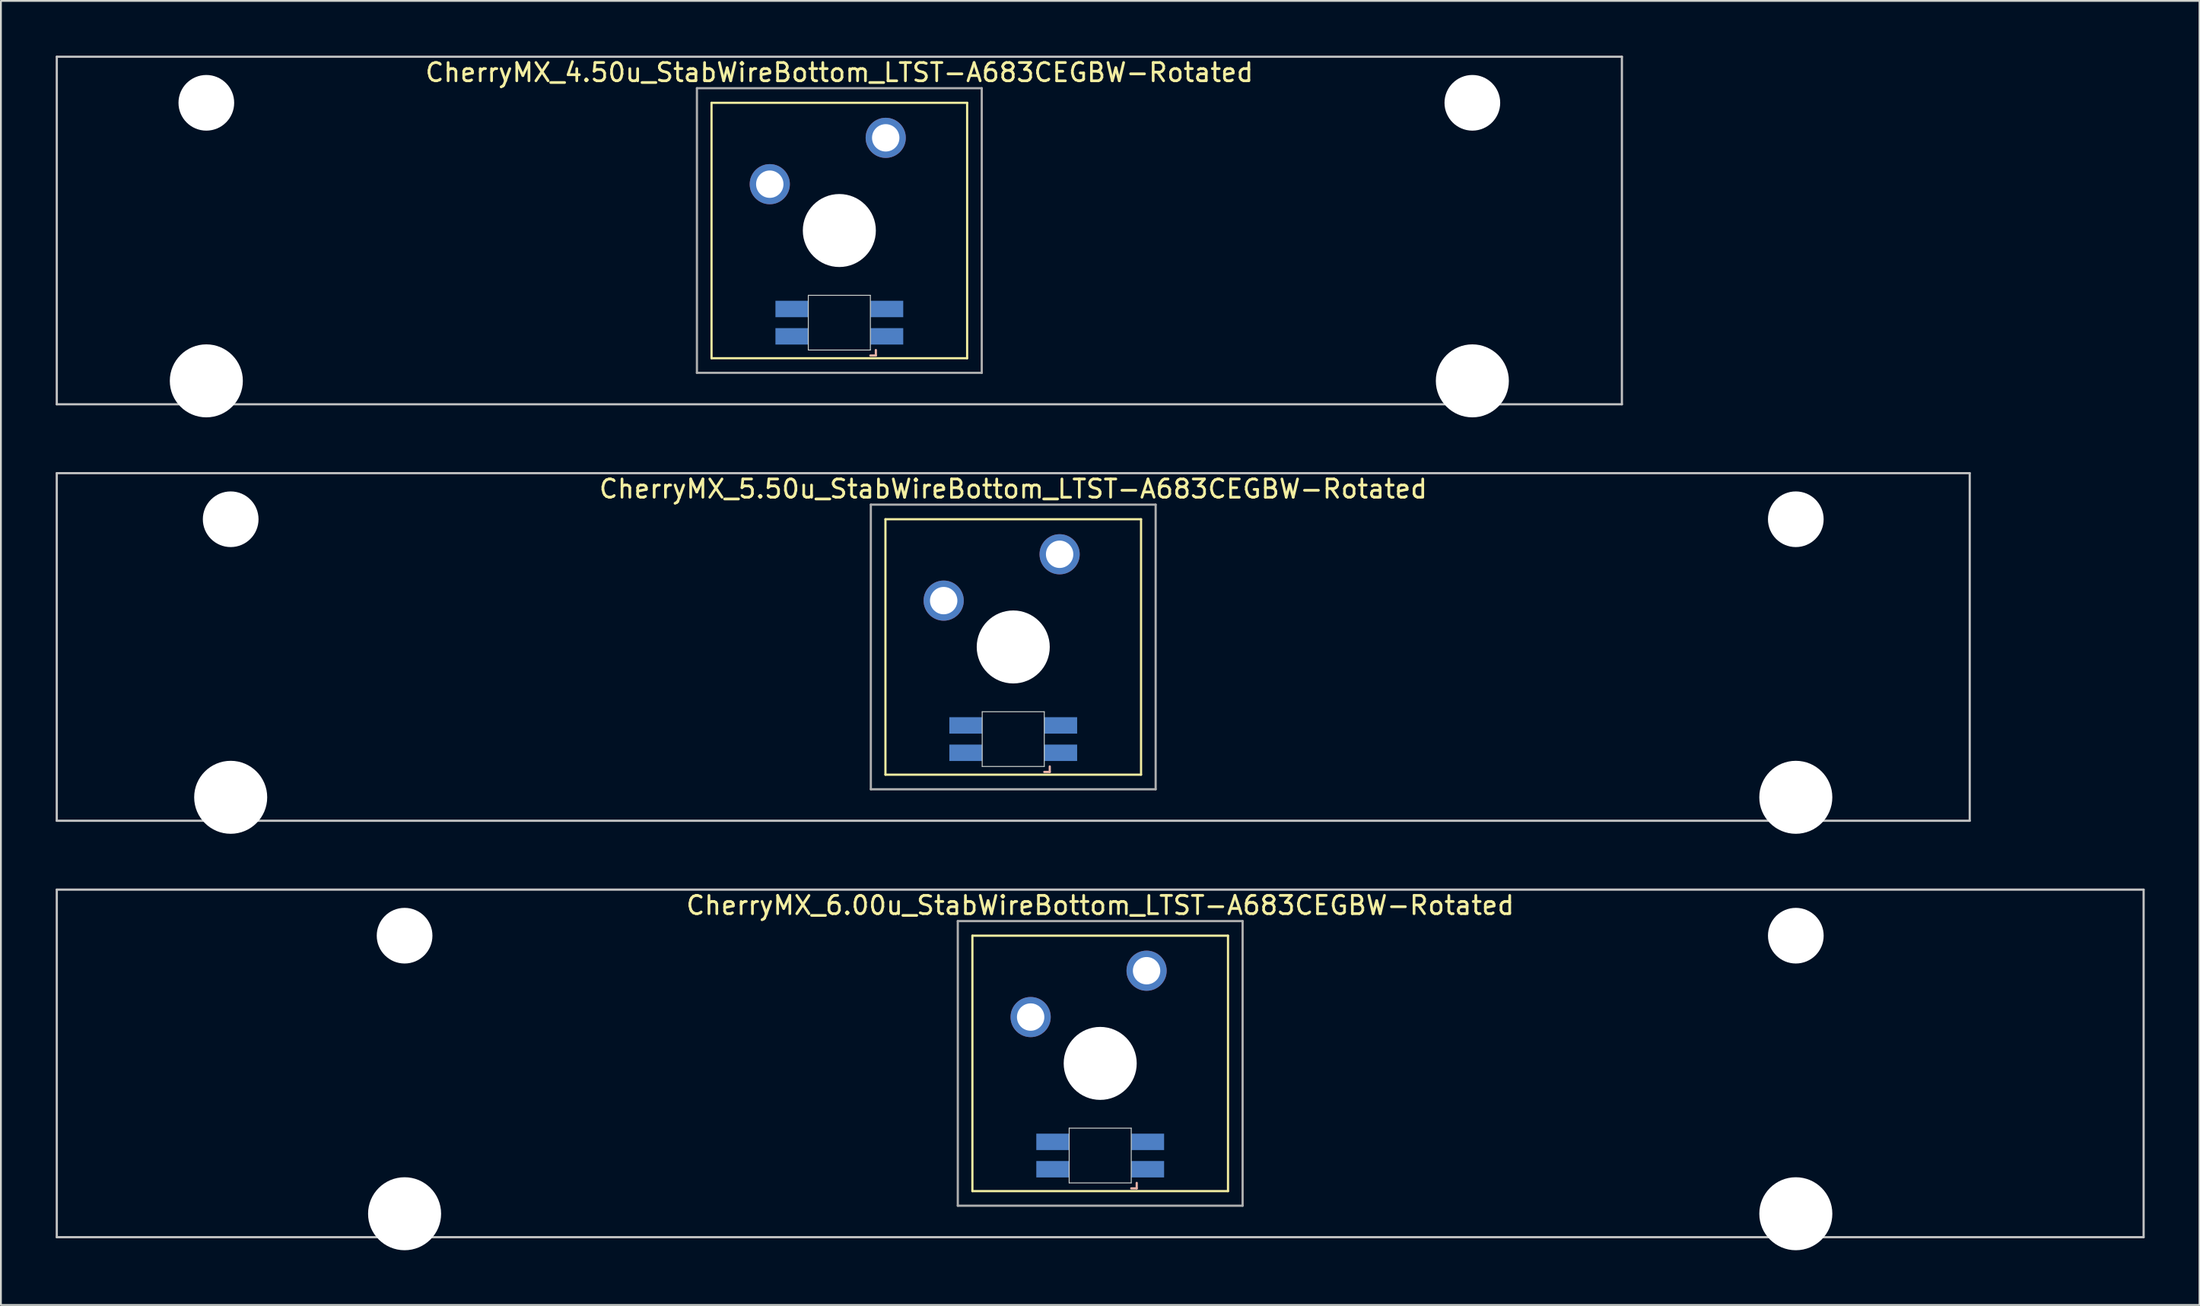
<source format=kicad_pcb>
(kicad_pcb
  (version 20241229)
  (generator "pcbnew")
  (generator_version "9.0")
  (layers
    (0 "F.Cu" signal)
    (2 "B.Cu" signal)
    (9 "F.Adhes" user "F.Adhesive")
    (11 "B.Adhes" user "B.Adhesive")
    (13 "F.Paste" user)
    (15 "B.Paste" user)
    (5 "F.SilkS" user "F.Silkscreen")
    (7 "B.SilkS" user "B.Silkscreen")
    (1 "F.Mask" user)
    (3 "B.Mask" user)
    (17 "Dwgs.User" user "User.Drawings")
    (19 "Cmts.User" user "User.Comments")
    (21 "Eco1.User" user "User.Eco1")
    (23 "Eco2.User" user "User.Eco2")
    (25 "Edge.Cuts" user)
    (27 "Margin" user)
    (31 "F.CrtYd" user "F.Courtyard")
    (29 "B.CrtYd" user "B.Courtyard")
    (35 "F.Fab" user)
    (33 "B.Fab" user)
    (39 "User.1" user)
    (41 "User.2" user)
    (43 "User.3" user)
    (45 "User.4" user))
  (footprint "CherryMX_6.00u_StabWireBottom_LTST-A683CEGBW-Rotated"
    (layer "F.Cu")
    (at 57.21 55.235)
    (property "Reference" "CherryMX_6.00u_StabWireBottom_LTST-A683CEGBW-Rotated" (at 0 -8.662 0) (layer "F.SilkS") (effects (font (size 1 1) (thickness 0.15))))
    (attr through_hole)
    (fp_line (start -7 -7) (end -7 7) (stroke (width 0.12) (type solid)) (layer "F.SilkS"))
    (fp_line (start -7 -7) (end 7 -7) (stroke (width 0.12) (type solid)) (layer "F.SilkS"))
    (fp_line (start 7 -7) (end 7 7) (stroke (width 0.12) (type solid)) (layer "F.SilkS"))
    (fp_line (start 7 7) (end -7 7) (stroke (width 0.12) (type solid)) (layer "F.SilkS"))
    (fp_line (start 1.7 6.85) (end 2 6.85) (stroke (width 0.12) (type solid)) (layer "B.SilkS"))
    (fp_line (start 2 6.85) (end 2 6.55) (stroke (width 0.12) (type solid)) (layer "B.SilkS"))
    (fp_line (start -57.15 -9.525) (end 57.15 -9.525) (stroke (width 0.12) (type solid)) (layer "Dwgs.User"))
    (fp_line (start -57.15 9.525) (end -57.15 -9.525) (stroke (width 0.12) (type solid)) (layer "Dwgs.User"))
    (fp_line (start 57.15 -9.525) (end 57.15 9.525) (stroke (width 0.12) (type solid)) (layer "Dwgs.User"))
    (fp_line (start 57.15 9.525) (end -57.15 9.525) (stroke (width 0.12) (type solid)) (layer "Dwgs.User"))
    (fp_line (start -1.7 3.55) (end 1.7 3.55) (stroke (width 0.05) (type solid)) (layer "Edge.Cuts"))
    (fp_line (start -1.7 6.55) (end -1.7 3.55) (stroke (width 0.05) (type solid)) (layer "Edge.Cuts"))
    (fp_line (start 1.7 3.55) (end 1.7 6.55) (stroke (width 0.05) (type solid)) (layer "Edge.Cuts"))
    (fp_line (start 1.7 6.55) (end -1.7 6.55) (stroke (width 0.05) (type solid)) (layer "Edge.Cuts"))
    (fp_line (start -7.8 -7.8) (end -7.8 7.8) (stroke (width 0.12) (type solid)) (layer "F.Fab"))
    (fp_line (start -7.8 -7.8) (end 7.8 -7.8) (stroke (width 0.12) (type solid)) (layer "F.Fab"))
    (fp_line (start -7.8 7.8) (end 7.8 7.8) (stroke (width 0.12) (type solid)) (layer "F.Fab"))
    (fp_line (start 7.8 -7.8) (end 7.8 7.8) (stroke (width 0.12) (type solid)) (layer "F.Fab"))
    (pad "" np_thru_hole circle (at -38.1 -7) (size 3.05 3.05) (drill 3.05) (layers "*.Cu" "*.Mask"))
    (pad "" np_thru_hole circle (at -38.1 8.24) (size 4 4) (drill 4) (layers "*.Cu" "*.Mask"))
    (pad "" np_thru_hole circle (at 0 0) (size 4 4) (drill 4) (layers "*.Cu" "*.Mask"))
    (pad "" np_thru_hole circle (at 38.1 -7) (size 3.05 3.05) (drill 3.05) (layers "*.Cu" "*.Mask"))
    (pad "" np_thru_hole circle (at 38.1 8.24) (size 4 4) (drill 4) (layers "*.Cu" "*.Mask"))
    (pad "1" thru_hole circle (at -3.81 -2.54) (size 2.2 2.2) (drill 1.5) (layers "*.Cu" "*.Mask"))
    (pad "2" thru_hole circle (at 2.54 -5.08) (size 2.2 2.2) (drill 1.5) (layers "*.Cu" "*.Mask"))
    (pad "3" smd rect (at 2.6 5.8) (size 1.8 0.9) (layers "B.Cu" "B.Mask" "B.Paste"))
    (pad "4" smd rect (at 2.6 4.3) (size 1.8 0.9) (layers "B.Cu" "B.Mask" "B.Paste"))
    (pad "5" smd rect (at -2.6 5.8) (size 1.8 0.9) (layers "B.Cu" "B.Mask" "B.Paste"))
    (pad "6" smd rect (at -2.6 4.3) (size 1.8 0.9) (layers "B.Cu" "B.Mask" "B.Paste")))
  (footprint "CherryMX_5.50u_StabWireBottom_LTST-A683CEGBW-Rotated"
    (layer "F.Cu")
    (at 52.447 32.41)
    (property "Reference" "CherryMX_5.50u_StabWireBottom_LTST-A683CEGBW-Rotated" (at 0 -8.662 0) (layer "F.SilkS") (effects (font (size 1 1) (thickness 0.15))))
    (attr through_hole)
    (fp_line (start -7 -7) (end -7 7) (stroke (width 0.12) (type solid)) (layer "F.SilkS"))
    (fp_line (start -7 -7) (end 7 -7) (stroke (width 0.12) (type solid)) (layer "F.SilkS"))
    (fp_line (start 7 -7) (end 7 7) (stroke (width 0.12) (type solid)) (layer "F.SilkS"))
    (fp_line (start 7 7) (end -7 7) (stroke (width 0.12) (type solid)) (layer "F.SilkS"))
    (fp_line (start 1.7 6.85) (end 2 6.85) (stroke (width 0.12) (type solid)) (layer "B.SilkS"))
    (fp_line (start 2 6.85) (end 2 6.55) (stroke (width 0.12) (type solid)) (layer "B.SilkS"))
    (fp_line (start -52.388 -9.525) (end 52.388 -9.525) (stroke (width 0.12) (type solid)) (layer "Dwgs.User"))
    (fp_line (start -52.388 9.525) (end -52.388 -9.525) (stroke (width 0.12) (type solid)) (layer "Dwgs.User"))
    (fp_line (start 52.388 -9.525) (end 52.388 9.525) (stroke (width 0.12) (type solid)) (layer "Dwgs.User"))
    (fp_line (start 52.388 9.525) (end -52.388 9.525) (stroke (width 0.12) (type solid)) (layer "Dwgs.User"))
    (fp_line (start -1.7 3.55) (end 1.7 3.55) (stroke (width 0.05) (type solid)) (layer "Edge.Cuts"))
    (fp_line (start -1.7 6.55) (end -1.7 3.55) (stroke (width 0.05) (type solid)) (layer "Edge.Cuts"))
    (fp_line (start 1.7 3.55) (end 1.7 6.55) (stroke (width 0.05) (type solid)) (layer "Edge.Cuts"))
    (fp_line (start 1.7 6.55) (end -1.7 6.55) (stroke (width 0.05) (type solid)) (layer "Edge.Cuts"))
    (fp_line (start -7.8 -7.8) (end -7.8 7.8) (stroke (width 0.12) (type solid)) (layer "F.Fab"))
    (fp_line (start -7.8 -7.8) (end 7.8 -7.8) (stroke (width 0.12) (type solid)) (layer "F.Fab"))
    (fp_line (start -7.8 7.8) (end 7.8 7.8) (stroke (width 0.12) (type solid)) (layer "F.Fab"))
    (fp_line (start 7.8 -7.8) (end 7.8 7.8) (stroke (width 0.12) (type solid)) (layer "F.Fab"))
    (pad "" np_thru_hole circle (at -42.862 -7) (size 3.05 3.05) (drill 3.05) (layers "*.Cu" "*.Mask"))
    (pad "" np_thru_hole circle (at -42.862 8.24) (size 4 4) (drill 4) (layers "*.Cu" "*.Mask"))
    (pad "" np_thru_hole circle (at 0 0) (size 4 4) (drill 4) (layers "*.Cu" "*.Mask"))
    (pad "" np_thru_hole circle (at 42.862 -7) (size 3.05 3.05) (drill 3.05) (layers "*.Cu" "*.Mask"))
    (pad "" np_thru_hole circle (at 42.862 8.24) (size 4 4) (drill 4) (layers "*.Cu" "*.Mask"))
    (pad "1" thru_hole circle (at -3.81 -2.54) (size 2.2 2.2) (drill 1.5) (layers "*.Cu" "*.Mask"))
    (pad "2" thru_hole circle (at 2.54 -5.08) (size 2.2 2.2) (drill 1.5) (layers "*.Cu" "*.Mask"))
    (pad "3" smd rect (at 2.6 5.8) (size 1.8 0.9) (layers "B.Cu" "B.Mask" "B.Paste"))
    (pad "4" smd rect (at 2.6 4.3) (size 1.8 0.9) (layers "B.Cu" "B.Mask" "B.Paste"))
    (pad "5" smd rect (at -2.6 5.8) (size 1.8 0.9) (layers "B.Cu" "B.Mask" "B.Paste"))
    (pad "6" smd rect (at -2.6 4.3) (size 1.8 0.9) (layers "B.Cu" "B.Mask" "B.Paste")))
  (footprint "CherryMX_4.50u_StabWireBottom_LTST-A683CEGBW-Rotated"
    (layer "F.Cu")
    (at 42.922 9.585)
    (property "Reference" "CherryMX_4.50u_StabWireBottom_LTST-A683CEGBW-Rotated" (at 0 -8.662 0) (layer "F.SilkS") (effects (font (size 1 1) (thickness 0.15))))
    (attr through_hole)
    (fp_line (start -7 -7) (end -7 7) (stroke (width 0.12) (type solid)) (layer "F.SilkS"))
    (fp_line (start -7 -7) (end 7 -7) (stroke (width 0.12) (type solid)) (layer "F.SilkS"))
    (fp_line (start 7 -7) (end 7 7) (stroke (width 0.12) (type solid)) (layer "F.SilkS"))
    (fp_line (start 7 7) (end -7 7) (stroke (width 0.12) (type solid)) (layer "F.SilkS"))
    (fp_line (start 1.7 6.85) (end 2 6.85) (stroke (width 0.12) (type solid)) (layer "B.SilkS"))
    (fp_line (start 2 6.85) (end 2 6.55) (stroke (width 0.12) (type solid)) (layer "B.SilkS"))
    (fp_line (start -42.862 -9.525) (end 42.862 -9.525) (stroke (width 0.12) (type solid)) (layer "Dwgs.User"))
    (fp_line (start -42.862 9.525) (end -42.862 -9.525) (stroke (width 0.12) (type solid)) (layer "Dwgs.User"))
    (fp_line (start 42.862 -9.525) (end 42.862 9.525) (stroke (width 0.12) (type solid)) (layer "Dwgs.User"))
    (fp_line (start 42.862 9.525) (end -42.862 9.525) (stroke (width 0.12) (type solid)) (layer "Dwgs.User"))
    (fp_line (start -1.7 3.55) (end 1.7 3.55) (stroke (width 0.05) (type solid)) (layer "Edge.Cuts"))
    (fp_line (start -1.7 6.55) (end -1.7 3.55) (stroke (width 0.05) (type solid)) (layer "Edge.Cuts"))
    (fp_line (start 1.7 3.55) (end 1.7 6.55) (stroke (width 0.05) (type solid)) (layer "Edge.Cuts"))
    (fp_line (start 1.7 6.55) (end -1.7 6.55) (stroke (width 0.05) (type solid)) (layer "Edge.Cuts"))
    (fp_line (start -7.8 -7.8) (end -7.8 7.8) (stroke (width 0.12) (type solid)) (layer "F.Fab"))
    (fp_line (start -7.8 -7.8) (end 7.8 -7.8) (stroke (width 0.12) (type solid)) (layer "F.Fab"))
    (fp_line (start -7.8 7.8) (end 7.8 7.8) (stroke (width 0.12) (type solid)) (layer "F.Fab"))
    (fp_line (start 7.8 -7.8) (end 7.8 7.8) (stroke (width 0.12) (type solid)) (layer "F.Fab"))
    (pad "" np_thru_hole circle (at -34.671 -7) (size 3.05 3.05) (drill 3.05) (layers "*.Cu" "*.Mask"))
    (pad "" np_thru_hole circle (at -34.671 8.24) (size 4 4) (drill 4) (layers "*.Cu" "*.Mask"))
    (pad "" np_thru_hole circle (at 0 0) (size 4 4) (drill 4) (layers "*.Cu" "*.Mask"))
    (pad "" np_thru_hole circle (at 34.671 -7) (size 3.05 3.05) (drill 3.05) (layers "*.Cu" "*.Mask"))
    (pad "" np_thru_hole circle (at 34.671 8.24) (size 4 4) (drill 4) (layers "*.Cu" "*.Mask"))
    (pad "1" thru_hole circle (at -3.81 -2.54) (size 2.2 2.2) (drill 1.5) (layers "*.Cu" "*.Mask"))
    (pad "2" thru_hole circle (at 2.54 -5.08) (size 2.2 2.2) (drill 1.5) (layers "*.Cu" "*.Mask"))
    (pad "3" smd rect (at 2.6 5.8) (size 1.8 0.9) (layers "B.Cu" "B.Mask" "B.Paste"))
    (pad "4" smd rect (at 2.6 4.3) (size 1.8 0.9) (layers "B.Cu" "B.Mask" "B.Paste"))
    (pad "5" smd rect (at -2.6 5.8) (size 1.8 0.9) (layers "B.Cu" "B.Mask" "B.Paste"))
    (pad "6" smd rect (at -2.6 4.3) (size 1.8 0.9) (layers "B.Cu" "B.Mask" "B.Paste")))
  (gr_rect
    (start -3 -3)
    (end 117.42 68.475)
    (stroke (width 0.1) (type default))
    (fill no)
    (layer "Edge.Cuts")))
</source>
